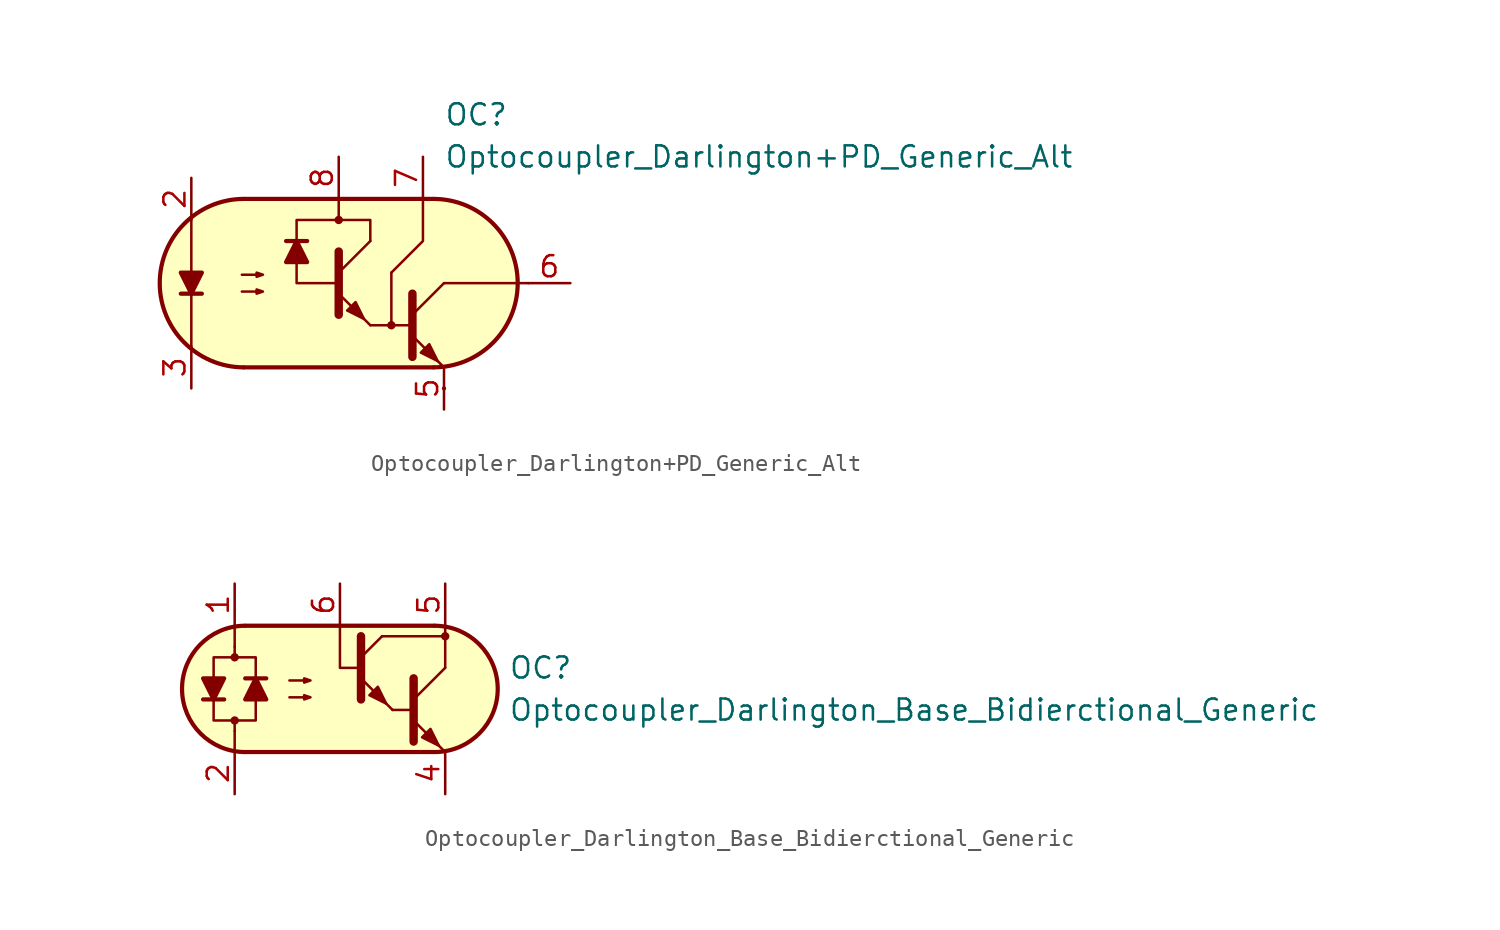
<source format=kicad_sym>
(kicad_symbol_lib
  (version 20211014)
  (generator kicad_symbol_editor)
  (symbol "Optocoupler_AKL:Optocoupler_Darlington+PD_Generic_Alt"
    (pin_names
      (offset 1.016))
    (property "Reference" "OC"
      (at 6.35 10.16 0)
      (effects (font (size 1.27 1.27)) (justify left)))
    (property "Value" "Optocoupler_Darlington+PD_Generic_Alt"
      (at 6.35 7.62 0)
      (effects (font (size 1.27 1.27)) (justify left)))
    (symbol "Optocoupler_Darlington+PD_Generic_Alt_0_0"
      (polyline (pts (xy 4.445 -2.54) (xy 3.175 -2.54)) (stroke (width 0) (type default) (color 0 0 0 0)) (fill (type none)))
      (rectangle (start 6.35 -6.35) (end 6.35 -6.35) (stroke (width 0.254) (type default) (color 0 0 0 0)) (fill (type background))))
    (symbol "Optocoupler_Darlington+PD_Generic_Alt_0_1"
      (arc (start -5.7469 5.08) (mid -10.7951 0) (end -5.7469 -5.08) (stroke (width 0.254) (type default) (color 0 0 0 0)) (fill (type none)))
      (polyline (pts (xy -9.525 -0.635) (xy -8.255 -0.635)) (stroke (width 0.254) (type default) (color 0 0 0 0)) (fill (type none)))
      (polyline (pts (xy -8.89 -3.81) (xy -8.89 3.81)) (stroke (width 0.152) (type default) (color 0 0 0 0)) (fill (type none)))
      (polyline (pts (xy -5.715 5.08) (xy 5.715 5.08)) (stroke (width 0.254) (type default) (color 0 0 0 0)) (fill (type none)))
      (polyline (pts (xy 0 3.81) (xy 0 5.08)) (stroke (width 0.152) (type default) (color 0 0 0 0)) (fill (type none)))
      (polyline (pts (xy 1.905 -2.54) (xy 3.175 -2.54)) (stroke (width 0.152) (type default) (color 0 0 0 0)) (fill (type none)))
      (polyline (pts (xy 3.175 0.635) (xy 3.175 -2.54)) (stroke (width 0.152) (type default) (color 0 0 0 0)) (fill (type none)))
      (polyline (pts (xy 4.445 -1.905) (xy 6.35 0)) (stroke (width 0) (type default) (color 0 0 0 0)) (fill (type none)))
      (polyline (pts (xy 5.715 -5.08) (xy -5.715 -5.08)) (stroke (width 0.254) (type default) (color 0 0 0 0)) (fill (type none)))
      (polyline (pts (xy 6.35 -5.08) (xy 4.445 -3.175)) (stroke (width 0) (type default) (color 0 0 0 0)) (fill (type outline)))
      (polyline (pts (xy 6.35 0) (xy 11.43 0)) (stroke (width 0.152) (type default) (color 0 0 0 0)) (fill (type none)))
      (polyline (pts (xy 3.175 0.635) (xy 5.08 2.54) (xy 5.08 5.08)) (stroke (width 0.152) (type default) (color 0 0 0 0)) (fill (type none)))
      (polyline (pts (xy 4.445 -0.635) (xy 4.445 -4.445) (xy 4.445 -4.445)) (stroke (width 0.508) (type default) (color 0 0 0 0)) (fill (type none)))
      (polyline (pts (xy -8.89 -0.635) (xy -9.525 0.635) (xy -8.255 0.635) (xy -8.89 -0.635)) (stroke (width 0.254) (type default) (color 0 0 0 0)) (fill (type outline)))
      (polyline (pts (xy -5.842 -0.508) (xy -4.572 -0.508) (xy -4.953 -0.635) (xy -4.953 -0.381) (xy -4.572 -0.508)) (stroke (width 0) (type default) (color 0 0 0 0)) (fill (type none)))
      (polyline (pts (xy -5.842 0.508) (xy -4.572 0.508) (xy -4.953 0.381) (xy -4.953 0.635) (xy -4.572 0.508)) (stroke (width 0) (type default) (color 0 0 0 0)) (fill (type none)))
      (polyline (pts (xy 1.905 2.54) (xy 1.905 3.81) (xy -2.54 3.81) (xy -2.54 0) (xy 0 0)) (stroke (width 0.152) (type default) (color 0 0 0 0)) (fill (type none)))
      (polyline (pts (xy 4.953 -4.191) (xy 5.461 -3.683) (xy 5.969 -4.699) (xy 4.953 -4.191) (xy 4.953 -4.191)) (stroke (width 0) (type default) (color 0 0 0 0)) (fill (type outline)))
      (polyline (pts (xy -5.715 5.08) (xy -6.985 4.953) (xy -8.382 4.318) (xy -9.398 3.556) (xy -10.287 2.286) (xy -10.668 0.889) (xy -10.795 0) (xy -10.668 -1.27) (xy -10.16 -2.54) (xy -9.398 -3.429) (xy -8.509 -4.191) (xy -7.493 -4.699) (xy -6.731 -4.953) (xy -5.842 -5.08) (xy 5.969 -5.08) (xy 7.239 -4.826) (xy 8.382 -4.318) (xy 9.271 -3.683) (xy 10.16 -2.54) (xy 10.668 -1.27) (xy 10.795 0) (xy 10.668 1.27) (xy 10.287 2.286) (xy 9.525 3.429) (xy 8.636 4.191) (xy 7.366 4.826) (xy 6.223 5.08) (xy 5.715 5.08) (xy -5.715 5.08)) (stroke (width 0.01) (type default) (color 0 0 0 0)) (fill (type background)))
      (arc (start 5.7469 -5.08) (mid 10.7951 0) (end 5.7469 5.08) (stroke (width 0.254) (type default) (color 0 0 0 0)) (fill (type none))))
    (symbol "Optocoupler_Darlington+PD_Generic_Alt_1_1"
      (polyline (pts (xy -1.905 2.54) (xy -3.175 2.54)) (stroke (width 0.254) (type default) (color 0 0 0 0)) (fill (type none)))
      (polyline (pts (xy 0 0.635) (xy 1.905 2.54)) (stroke (width 0) (type default) (color 0 0 0 0)) (fill (type none)))
      (polyline (pts (xy 1.905 -2.54) (xy 0 -0.635)) (stroke (width 0) (type default) (color 0 0 0 0)) (fill (type outline)))
      (polyline (pts (xy 0 1.905) (xy 0 -1.905) (xy 0 -1.905)) (stroke (width 0.508) (type default) (color 0 0 0 0)) (fill (type none)))
      (polyline (pts (xy -2.54 2.54) (xy -1.905 1.27) (xy -3.175 1.27) (xy -2.54 2.54)) (stroke (width 0.254) (type default) (color 0 0 0 0)) (fill (type outline)))
      (polyline (pts (xy 0.508 -1.651) (xy 1.016 -1.143) (xy 1.524 -2.159) (xy 0.508 -1.651) (xy 0.508 -1.651)) (stroke (width 0) (type default) (color 0 0 0 0)) (fill (type outline)))
      (circle (center 0 3.81) (radius 0.178) (stroke (width 0)) (stroke (width 0) (type default) (color 0 0 0 0)) (fill (type outline)))
      (circle (center 3.175 -2.54) (radius 0.178) (stroke (width 0)) (stroke (width 0) (type default) (color 0 0 0 0)) (fill (type outline)))
      (pin passive line (at -8.89 6.35 270) (length 2.54) (name "~" (effects (font (size 1.27 1.27)))) (number "2" (effects (font (size 1.27 1.27)))))
      (pin passive line (at -8.89 -6.35 90) (length 2.54) (name "~" (effects (font (size 1.27 1.27)))) (number "3" (effects (font (size 1.27 1.27)))))
      (pin passive line (at 6.35 -7.62 90) (length 2.54) (name "~" (effects (font (size 1.27 1.27)))) (number "5" (effects (font (size 1.27 1.27)))))
      (pin passive line (at 13.97 0 180) (length 2.54) (name "~" (effects (font (size 1.27 1.27)))) (number "6" (effects (font (size 1.27 1.27)))))
      (pin passive line (at 5.08 7.62 270) (length 2.54) (name "~" (effects (font (size 1.27 1.27)))) (number "7" (effects (font (size 1.27 1.27)))))
      (pin passive line (at 0 7.62 270) (length 2.54) (name "~" (effects (font (size 1.27 1.27)))) (number "8" (effects (font (size 1.27 1.27)))))))
  (symbol "Optocoupler_AKL:Optocoupler_Darlington_Base_Bidierctional_Generic"
    (pin_names
      (offset 1.016))
    (property "Reference" "OC"
      (at 10.16 1.27 0)
      (effects (font (size 1.27 1.27)) (justify left)))
    (property "Value" "Optocoupler_Darlington_Base_Bidierctional_Generic"
      (at 10.16 -1.27 0)
      (effects (font (size 1.27 1.27)) (justify left)))
    (symbol "Optocoupler_Darlington_Base_Bidierctional_Generic_0_1"
      (arc (start -5.7535 3.8099) (mid -9.5251 -0.016) (end -5.7216 -3.8101) (stroke (width 0.254) (type default) (color 0 0 0 0)) (fill (type none)))
      (polyline (pts (xy -6.35 -2.54) (xy -6.35 -3.81)) (stroke (width 0.152) (type default) (color 0 0 0 0)) (fill (type none)))
      (polyline (pts (xy -6.35 1.905) (xy -6.35 2.54)) (stroke (width 0.152) (type default) (color 0 0 0 0)) (fill (type none)))
      (polyline (pts (xy -6.35 2.54) (xy -6.35 3.81)) (stroke (width 0.152) (type default) (color 0 0 0 0)) (fill (type none)))
      (polyline (pts (xy -5.715 -3.81) (xy 5.715 -3.81)) (stroke (width 0.254) (type default) (color 0 0 0 0)) (fill (type none)))
      (polyline (pts (xy 2.54 3.175) (xy 6.35 3.175)) (stroke (width 0.152) (type default) (color 0 0 0 0)) (fill (type none)))
      (polyline (pts (xy 3.175 -1.27) (xy 4.445 -1.27)) (stroke (width 0) (type default) (color 0 0 0 0)) (fill (type none)))
      (polyline (pts (xy 4.445 -0.635) (xy 6.35 1.27)) (stroke (width 0) (type default) (color 0 0 0 0)) (fill (type none)))
      (polyline (pts (xy 5.715 3.81) (xy -5.715 3.81)) (stroke (width 0.254) (type default) (color 0 0 0 0)) (fill (type none)))
      (polyline (pts (xy 6.35 -3.81) (xy 4.445 -1.905)) (stroke (width 0) (type default) (color 0 0 0 0)) (fill (type outline)))
      (polyline (pts (xy 6.35 1.27) (xy 6.35 3.81)) (stroke (width 0.152) (type default) (color 0 0 0 0)) (fill (type none)))
      (polyline (pts (xy 1.27 1.27) (xy 0 1.27) (xy 0 3.81)) (stroke (width 0.152) (type default) (color 0 0 0 0)) (fill (type none)))
      (polyline (pts (xy 4.445 0.635) (xy 4.445 -3.175) (xy 4.445 -3.175)) (stroke (width 0.508) (type default) (color 0 0 0 0)) (fill (type none)))
      (polyline (pts (xy -3.048 -0.508) (xy -1.778 -0.508) (xy -2.159 -0.635) (xy -2.159 -0.381) (xy -1.778 -0.508)) (stroke (width 0) (type default) (color 0 0 0 0)) (fill (type none)))
      (polyline (pts (xy -3.048 0.508) (xy -1.778 0.508) (xy -2.159 0.381) (xy -2.159 0.635) (xy -1.778 0.508)) (stroke (width 0) (type default) (color 0 0 0 0)) (fill (type none)))
      (polyline (pts (xy 4.953 -2.921) (xy 5.461 -2.413) (xy 5.969 -3.429) (xy 4.953 -2.921) (xy 4.953 -2.921)) (stroke (width 0) (type default) (color 0 0 0 0)) (fill (type outline)))
      (polyline (pts (xy -6.35 -2.54) (xy -6.35 -1.905) (xy -7.62 -1.905) (xy -7.62 1.905) (xy -5.08 1.905) (xy -5.08 -1.905) (xy -6.35 -1.905)) (stroke (width 0.152) (type default) (color 0 0 0 0)) (fill (type none)))
      (polyline (pts (xy 5.715 3.81) (xy -5.842 3.81) (xy -6.731 3.683) (xy -7.62 3.302) (xy -8.509 2.54) (xy -9.017 1.905) (xy -9.398 1.016) (xy -9.525 0) (xy -9.398 -1.016) (xy -9.017 -1.905) (xy -8.382 -2.667) (xy -7.747 -3.175) (xy -6.985 -3.556) (xy -6.096 -3.81) (xy 6.096 -3.81) (xy 7.112 -3.556) (xy 8.128 -2.921) (xy 8.89 -2.159) (xy 9.271 -1.397) (xy 9.525 -0.127) (xy 9.398 0.889) (xy 9.144 1.651) (xy 8.763 2.286) (xy 8.255 2.794) (xy 7.62 3.302) (xy 6.731 3.683) (xy 5.715 3.81)) (stroke (width 0.01) (type default) (color 0 0 0 0)) (fill (type background)))
      (arc (start 5.7469 -3.81) (mid 9.5185 0.0159) (end 5.715 3.81) (stroke (width 0.254) (type default) (color 0 0 0 0)) (fill (type none))))
    (symbol "Optocoupler_Darlington_Base_Bidierctional_Generic_1_1"
      (circle (center -6.35 -1.905) (radius 0.178) (stroke (width 0)) (stroke (width 0) (type default) (color 0 0 0 0)) (fill (type outline)))
      (circle (center -6.35 1.905) (radius 0.178) (stroke (width 0)) (stroke (width 0) (type default) (color 0 0 0 0)) (fill (type outline)))
      (polyline (pts (xy -8.255 -0.635) (xy -6.985 -0.635)) (stroke (width 0.254) (type default) (color 0 0 0 0)) (fill (type none)))
      (polyline (pts (xy -4.445 0.635) (xy -5.715 0.635)) (stroke (width 0.254) (type default) (color 0 0 0 0)) (fill (type none)))
      (polyline (pts (xy 1.27 1.905) (xy 2.54 3.175)) (stroke (width 0) (type default) (color 0 0 0 0)) (fill (type none)))
      (polyline (pts (xy 3.175 -1.27) (xy 1.27 0.635)) (stroke (width 0) (type default) (color 0 0 0 0)) (fill (type outline)))
      (polyline (pts (xy 1.27 3.175) (xy 1.27 -0.635) (xy 1.27 -0.635)) (stroke (width 0.508) (type default) (color 0 0 0 0)) (fill (type none)))
      (polyline (pts (xy -7.62 -0.635) (xy -8.255 0.635) (xy -6.985 0.635) (xy -7.62 -0.635)) (stroke (width 0.254) (type default) (color 0 0 0 0)) (fill (type outline)))
      (polyline (pts (xy -5.08 0.635) (xy -4.445 -0.635) (xy -5.715 -0.635) (xy -5.08 0.635)) (stroke (width 0.254) (type default) (color 0 0 0 0)) (fill (type outline)))
      (polyline (pts (xy 1.778 -0.381) (xy 2.286 0.127) (xy 2.794 -0.889) (xy 1.778 -0.381) (xy 1.778 -0.381)) (stroke (width 0) (type default) (color 0 0 0 0)) (fill (type outline)))
      (circle (center 6.35 3.175) (radius 0.178) (stroke (width 0)) (stroke (width 0) (type default) (color 0 0 0 0)) (fill (type outline)))
      (pin passive line (at -6.35 6.35 270) (length 2.54) (name "~" (effects (font (size 1.27 1.27)))) (number "1" (effects (font (size 1.27 1.27)))))
      (pin passive line (at -6.35 -6.35 90) (length 2.54) (name "~" (effects (font (size 1.27 1.27)))) (number "2" (effects (font (size 1.27 1.27)))))
      (pin passive line (at 6.35 -6.35 90) (length 2.54) (name "~" (effects (font (size 1.27 1.27)))) (number "4" (effects (font (size 1.27 1.27)))))
      (pin passive line (at 6.35 6.35 270) (length 2.54) (name "~" (effects (font (size 1.27 1.27)))) (number "5" (effects (font (size 1.27 1.27)))))
      (pin passive line (at 0 6.35 270) (length 2.54) (name "~" (effects (font (size 1.27 1.27)))) (number "6" (effects (font (size 1.27 1.27))))))))
</source>
